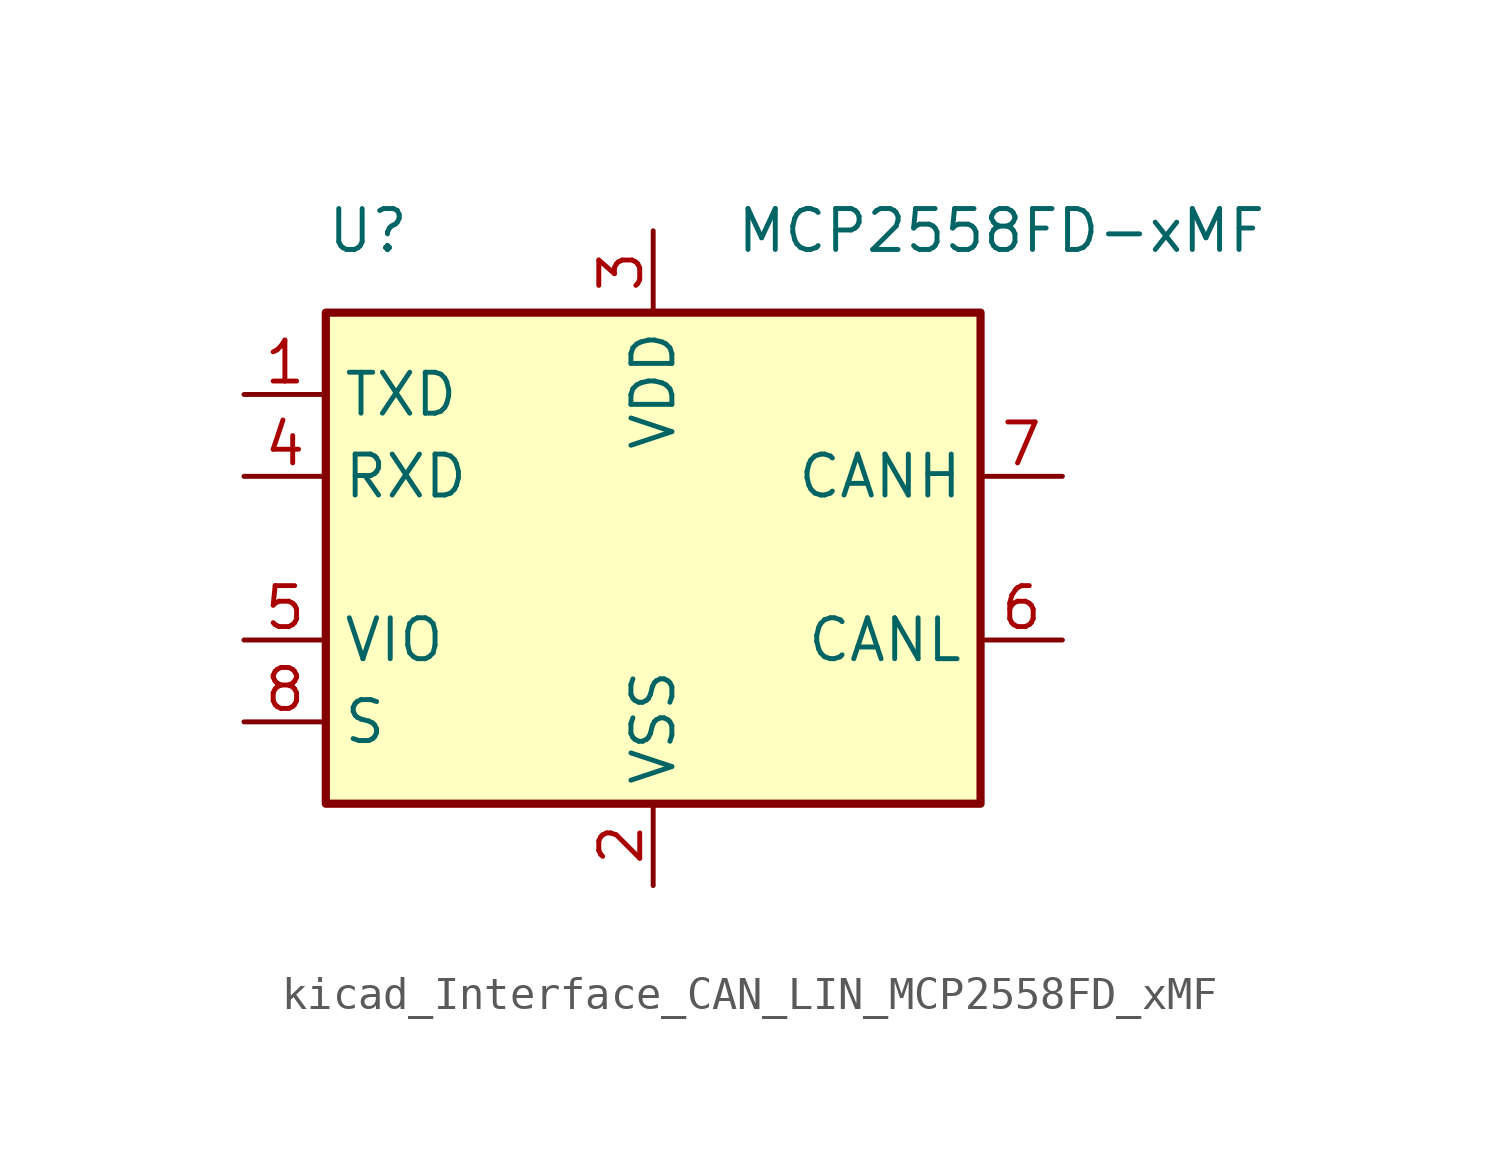
<source format=kicad_sym>
(kicad_symbol_lib
  (version 20220914)
  (generator kicad_symbol_editor)
  (symbol "kicad_Interface_CAN_LIN_MCP2558FD_xMF"
    (property "Reference" "U"
      (at -10.16 10.16 0)
      (effects (font (size 1.27 1.27)) (justify left)))
    (property "Value" "MCP2558FD-xMF"
      (at 2.54 10.16 0)
      (effects (font (size 1.27 1.27)) (justify left)))
    (symbol "kicad_Interface_CAN_LIN_MCP2558FD_xMF_0_1"
      (rectangle (start -10.16 7.62) (end 10.16 -7.62) (stroke (width 0.254) (type default)) (fill (type background))))
    (symbol "kicad_Interface_CAN_LIN_MCP2558FD_xMF_1_1"
      (pin input line (at -12.7 5.08 0) (length 2.54) (name "TXD" (effects (font (size 1.27 1.27)))) (number "1" (effects (font (size 1.27 1.27)))))
      (pin power_in line (at 0 -10.16 90) (length 2.54) (name "VSS" (effects (font (size 1.27 1.27)))) (number "2" (effects (font (size 1.27 1.27)))))
      (pin power_in line (at 0 10.16 270) (length 2.54) (name "VDD" (effects (font (size 1.27 1.27)))) (number "3" (effects (font (size 1.27 1.27)))))
      (pin output line (at -12.7 2.54 0) (length 2.54) (name "RXD" (effects (font (size 1.27 1.27)))) (number "4" (effects (font (size 1.27 1.27)))))
      (pin power_in line (at -12.7 -2.54 0) (length 2.54) (name "VIO" (effects (font (size 1.27 1.27)))) (number "5" (effects (font (size 1.27 1.27)))))
      (pin bidirectional line (at 12.7 -2.54 180) (length 2.54) (name "CANL" (effects (font (size 1.27 1.27)))) (number "6" (effects (font (size 1.27 1.27)))))
      (pin bidirectional line (at 12.7 2.54 180) (length 2.54) (name "CANH" (effects (font (size 1.27 1.27)))) (number "7" (effects (font (size 1.27 1.27)))))
      (pin input line (at -12.7 -5.08 0) (length 2.54) (name "S" (effects (font (size 1.27 1.27)))) (number "8" (effects (font (size 1.27 1.27)))))
      (pin passive line (at 0 -10.16 90) (length 2.54) hide (name "VSS" (effects (font (size 1.27 1.27)))) (number "9" (effects (font (size 1.27 1.27))))))))
</source>
